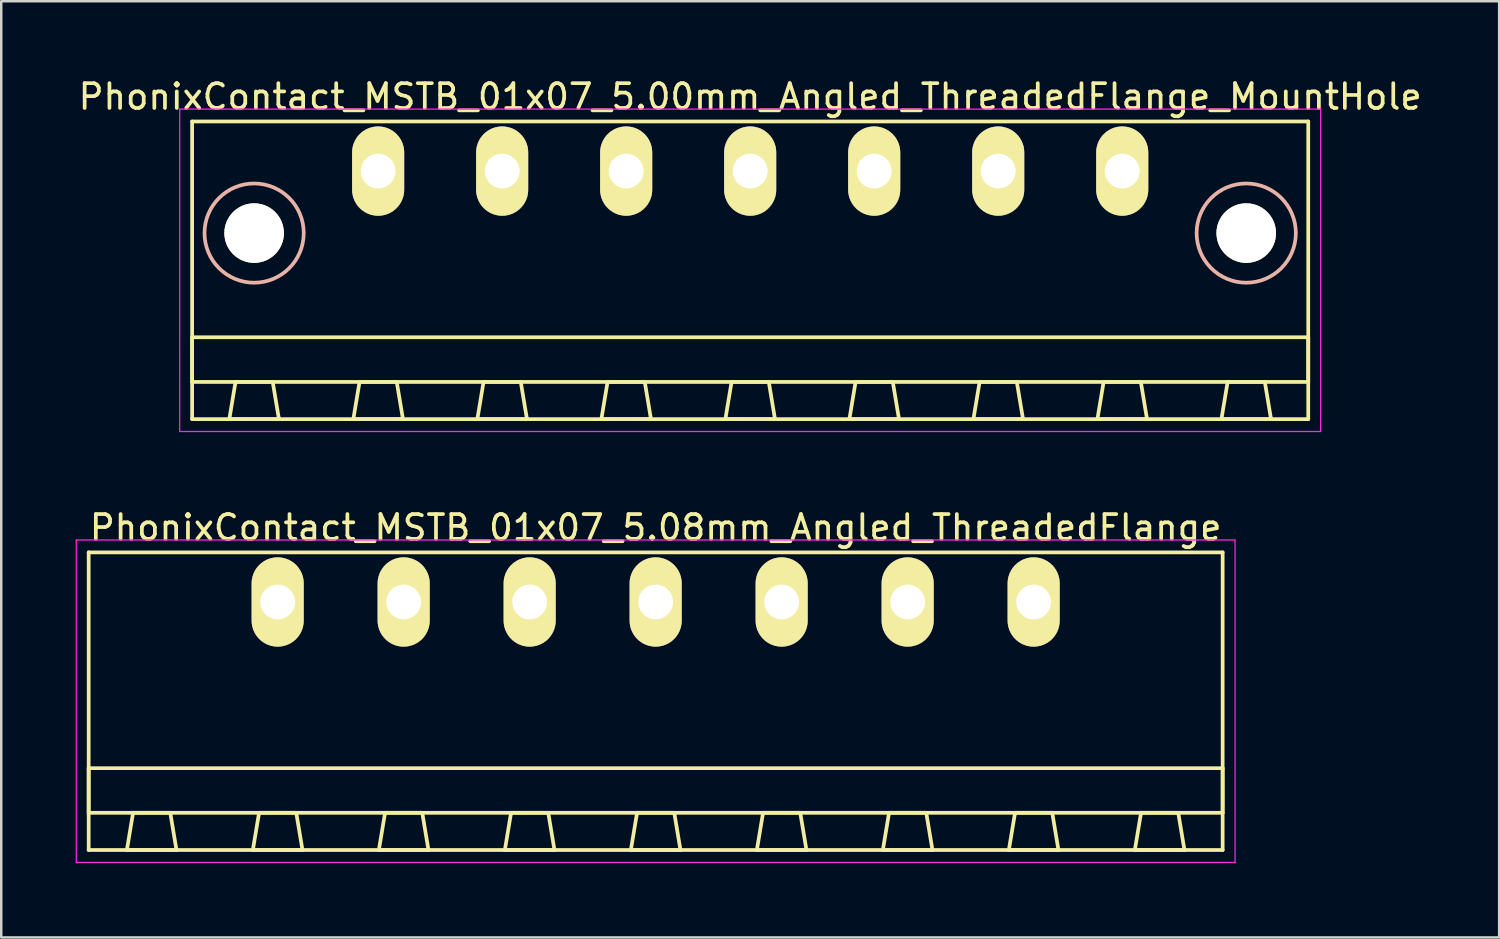
<source format=kicad_pcb>
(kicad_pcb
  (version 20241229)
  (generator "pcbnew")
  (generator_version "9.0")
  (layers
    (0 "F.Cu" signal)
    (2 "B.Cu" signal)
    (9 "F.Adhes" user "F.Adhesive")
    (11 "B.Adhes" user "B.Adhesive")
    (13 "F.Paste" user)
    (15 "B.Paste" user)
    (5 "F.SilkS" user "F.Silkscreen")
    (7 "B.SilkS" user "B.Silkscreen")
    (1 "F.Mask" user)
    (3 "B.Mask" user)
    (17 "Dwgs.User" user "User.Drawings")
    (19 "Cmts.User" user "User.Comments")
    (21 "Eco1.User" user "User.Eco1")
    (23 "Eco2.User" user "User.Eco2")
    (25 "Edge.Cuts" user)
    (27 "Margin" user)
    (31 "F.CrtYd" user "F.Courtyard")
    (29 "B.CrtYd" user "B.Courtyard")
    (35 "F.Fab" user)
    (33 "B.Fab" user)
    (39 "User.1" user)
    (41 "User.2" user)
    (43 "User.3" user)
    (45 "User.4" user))
  (footprint "PhonixContact_MSTB_01x07_5.00mm_Angled_ThreadedFlange_MountHole"
    (layer "F.Cu")
    (at 12.196 3.848)
    (property "Reference" "PhonixContact_MSTB_01x07_5.00mm_Angled_ThreadedFlange_MountHole" (at 15 -3 0) (layer "F.SilkS") (effects (font (size 1 1) (thickness 0.15))))
    (attr through_hole)
    (fp_line (start -7.5 -2) (end -7.5 10) (stroke (width 0.15) (type solid)) (layer "F.SilkS"))
    (fp_line (start -7.5 6.7) (end 37.5 6.7) (stroke (width 0.15) (type solid)) (layer "F.SilkS"))
    (fp_line (start -7.5 8.5) (end -7.5 6.7) (stroke (width 0.15) (type solid)) (layer "F.SilkS"))
    (fp_line (start -7.5 10) (end 37.5 10) (stroke (width 0.15) (type solid)) (layer "F.SilkS"))
    (fp_line (start -6 10) (end -4 10) (stroke (width 0.15) (type solid)) (layer "F.SilkS"))
    (fp_line (start -5.75 8.5) (end -6 10) (stroke (width 0.15) (type solid)) (layer "F.SilkS"))
    (fp_line (start -4.25 8.5) (end -5.75 8.5) (stroke (width 0.15) (type solid)) (layer "F.SilkS"))
    (fp_line (start -4 10) (end -4.25 8.5) (stroke (width 0.15) (type solid)) (layer "F.SilkS"))
    (fp_line (start -1 10) (end 1 10) (stroke (width 0.15) (type solid)) (layer "F.SilkS"))
    (fp_line (start -0.75 8.5) (end -1 10) (stroke (width 0.15) (type solid)) (layer "F.SilkS"))
    (fp_line (start 0.75 8.5) (end -0.75 8.5) (stroke (width 0.15) (type solid)) (layer "F.SilkS"))
    (fp_line (start 1 10) (end 0.75 8.5) (stroke (width 0.15) (type solid)) (layer "F.SilkS"))
    (fp_line (start 4 10) (end 6 10) (stroke (width 0.15) (type solid)) (layer "F.SilkS"))
    (fp_line (start 4.25 8.5) (end 4 10) (stroke (width 0.15) (type solid)) (layer "F.SilkS"))
    (fp_line (start 5.75 8.5) (end 4.25 8.5) (stroke (width 0.15) (type solid)) (layer "F.SilkS"))
    (fp_line (start 6 10) (end 5.75 8.5) (stroke (width 0.15) (type solid)) (layer "F.SilkS"))
    (fp_line (start 9 10) (end 11 10) (stroke (width 0.15) (type solid)) (layer "F.SilkS"))
    (fp_line (start 9.25 8.5) (end 9 10) (stroke (width 0.15) (type solid)) (layer "F.SilkS"))
    (fp_line (start 10.75 8.5) (end 9.25 8.5) (stroke (width 0.15) (type solid)) (layer "F.SilkS"))
    (fp_line (start 11 10) (end 10.75 8.5) (stroke (width 0.15) (type solid)) (layer "F.SilkS"))
    (fp_line (start 14 10) (end 16 10) (stroke (width 0.15) (type solid)) (layer "F.SilkS"))
    (fp_line (start 14.25 8.5) (end 14 10) (stroke (width 0.15) (type solid)) (layer "F.SilkS"))
    (fp_line (start 15.75 8.5) (end 14.25 8.5) (stroke (width 0.15) (type solid)) (layer "F.SilkS"))
    (fp_line (start 16 10) (end 15.75 8.5) (stroke (width 0.15) (type solid)) (layer "F.SilkS"))
    (fp_line (start 19 10) (end 21 10) (stroke (width 0.15) (type solid)) (layer "F.SilkS"))
    (fp_line (start 19.25 8.5) (end 19 10) (stroke (width 0.15) (type solid)) (layer "F.SilkS"))
    (fp_line (start 20.75 8.5) (end 19.25 8.5) (stroke (width 0.15) (type solid)) (layer "F.SilkS"))
    (fp_line (start 21 10) (end 20.75 8.5) (stroke (width 0.15) (type solid)) (layer "F.SilkS"))
    (fp_line (start 24 10) (end 26 10) (stroke (width 0.15) (type solid)) (layer "F.SilkS"))
    (fp_line (start 24.25 8.5) (end 24 10) (stroke (width 0.15) (type solid)) (layer "F.SilkS"))
    (fp_line (start 25.75 8.5) (end 24.25 8.5) (stroke (width 0.15) (type solid)) (layer "F.SilkS"))
    (fp_line (start 26 10) (end 25.75 8.5) (stroke (width 0.15) (type solid)) (layer "F.SilkS"))
    (fp_line (start 29 10) (end 31 10) (stroke (width 0.15) (type solid)) (layer "F.SilkS"))
    (fp_line (start 29.25 8.5) (end 29 10) (stroke (width 0.15) (type solid)) (layer "F.SilkS"))
    (fp_line (start 30.75 8.5) (end 29.25 8.5) (stroke (width 0.15) (type solid)) (layer "F.SilkS"))
    (fp_line (start 31 10) (end 30.75 8.5) (stroke (width 0.15) (type solid)) (layer "F.SilkS"))
    (fp_line (start 34 10) (end 36 10) (stroke (width 0.15) (type solid)) (layer "F.SilkS"))
    (fp_line (start 34.25 8.5) (end 34 10) (stroke (width 0.15) (type solid)) (layer "F.SilkS"))
    (fp_line (start 35.75 8.5) (end 34.25 8.5) (stroke (width 0.15) (type solid)) (layer "F.SilkS"))
    (fp_line (start 36 10) (end 35.75 8.5) (stroke (width 0.15) (type solid)) (layer "F.SilkS"))
    (fp_line (start 37.5 -2) (end -7.5 -2) (stroke (width 0.15) (type solid)) (layer "F.SilkS"))
    (fp_line (start 37.5 6.7) (end 37.5 8.5) (stroke (width 0.15) (type solid)) (layer "F.SilkS"))
    (fp_line (start 37.5 8.5) (end -7.5 8.5) (stroke (width 0.15) (type solid)) (layer "F.SilkS"))
    (fp_line (start 37.5 10) (end 37.5 -2) (stroke (width 0.15) (type solid)) (layer "F.SilkS"))
    (fp_circle (center -5 2.5) (end -3 2.5) (stroke (width 0.15) (type solid)) (fill no) (layer "B.SilkS"))
    (fp_circle (center 35 2.5) (end 37 2.5) (stroke (width 0.15) (type solid)) (fill no) (layer "B.SilkS"))
    (fp_line (start -8 -2.5) (end -8 10.5) (stroke (width 0.05) (type solid)) (layer "F.CrtYd"))
    (fp_line (start -8 10.5) (end 38 10.5) (stroke (width 0.05) (type solid)) (layer "F.CrtYd"))
    (fp_line (start 38 -2.5) (end -8 -2.5) (stroke (width 0.05) (type solid)) (layer "F.CrtYd"))
    (fp_line (start 38 10.5) (end 38 -2.5) (stroke (width 0.05) (type solid)) (layer "F.CrtYd"))
    (pad "" np_thru_hole circle (at -5 2.5) (size 2.4 2.4) (drill 2.4) (layers "*.Cu" "*.Mask" "F.SilkS"))
    (pad "" np_thru_hole circle (at 35 2.5) (size 2.4 2.4) (drill 2.4) (layers "*.Cu" "*.Mask" "F.SilkS"))
    (pad "1" thru_hole oval (at 0 0) (size 2.1 3.6) (drill 1.4) (layers "*.Cu" "*.Mask" "F.SilkS"))
    (pad "2" thru_hole oval (at 5 0) (size 2.1 3.6) (drill 1.4) (layers "*.Cu" "*.Mask" "F.SilkS"))
    (pad "3" thru_hole oval (at 10 0) (size 2.1 3.6) (drill 1.4) (layers "*.Cu" "*.Mask" "F.SilkS"))
    (pad "4" thru_hole oval (at 15 0) (size 2.1 3.6) (drill 1.4) (layers "*.Cu" "*.Mask" "F.SilkS"))
    (pad "5" thru_hole oval (at 20 0) (size 2.1 3.6) (drill 1.4) (layers "*.Cu" "*.Mask" "F.SilkS"))
    (pad "6" thru_hole oval (at 25 0) (size 2.1 3.6) (drill 1.4) (layers "*.Cu" "*.Mask" "F.SilkS"))
    (pad "7" thru_hole oval (at 30 0) (size 2.1 3.6) (drill 1.4) (layers "*.Cu" "*.Mask" "F.SilkS")))
  (footprint "PhonixContact_MSTB_01x07_5.08mm_Angled_ThreadedFlange"
    (layer "F.Cu")
    (at 8.145 21.221)
    (property "Reference" "PhonixContact_MSTB_01x07_5.08mm_Angled_ThreadedFlange" (at 15.24 -3 0) (layer "F.SilkS") (effects (font (size 1 1) (thickness 0.15))))
    (attr through_hole)
    (fp_line (start -7.62 -2) (end -7.62 10) (stroke (width 0.15) (type solid)) (layer "F.SilkS"))
    (fp_line (start -7.62 6.7) (end 38.1 6.7) (stroke (width 0.15) (type solid)) (layer "F.SilkS"))
    (fp_line (start -7.62 8.5) (end -7.62 6.7) (stroke (width 0.15) (type solid)) (layer "F.SilkS"))
    (fp_line (start -7.62 10) (end 38.1 10) (stroke (width 0.15) (type solid)) (layer "F.SilkS"))
    (fp_line (start -6.08 10) (end -4.08 10) (stroke (width 0.15) (type solid)) (layer "F.SilkS"))
    (fp_line (start -5.83 8.5) (end -6.08 10) (stroke (width 0.15) (type solid)) (layer "F.SilkS"))
    (fp_line (start -4.33 8.5) (end -5.83 8.5) (stroke (width 0.15) (type solid)) (layer "F.SilkS"))
    (fp_line (start -4.08 10) (end -4.33 8.5) (stroke (width 0.15) (type solid)) (layer "F.SilkS"))
    (fp_line (start -1 10) (end 1 10) (stroke (width 0.15) (type solid)) (layer "F.SilkS"))
    (fp_line (start -0.75 8.5) (end -1 10) (stroke (width 0.15) (type solid)) (layer "F.SilkS"))
    (fp_line (start 0.75 8.5) (end -0.75 8.5) (stroke (width 0.15) (type solid)) (layer "F.SilkS"))
    (fp_line (start 1 10) (end 0.75 8.5) (stroke (width 0.15) (type solid)) (layer "F.SilkS"))
    (fp_line (start 4.08 10) (end 6.08 10) (stroke (width 0.15) (type solid)) (layer "F.SilkS"))
    (fp_line (start 4.33 8.5) (end 4.08 10) (stroke (width 0.15) (type solid)) (layer "F.SilkS"))
    (fp_line (start 5.83 8.5) (end 4.33 8.5) (stroke (width 0.15) (type solid)) (layer "F.SilkS"))
    (fp_line (start 6.08 10) (end 5.83 8.5) (stroke (width 0.15) (type solid)) (layer "F.SilkS"))
    (fp_line (start 9.16 10) (end 11.16 10) (stroke (width 0.15) (type solid)) (layer "F.SilkS"))
    (fp_line (start 9.41 8.5) (end 9.16 10) (stroke (width 0.15) (type solid)) (layer "F.SilkS"))
    (fp_line (start 10.91 8.5) (end 9.41 8.5) (stroke (width 0.15) (type solid)) (layer "F.SilkS"))
    (fp_line (start 11.16 10) (end 10.91 8.5) (stroke (width 0.15) (type solid)) (layer "F.SilkS"))
    (fp_line (start 14.24 10) (end 16.24 10) (stroke (width 0.15) (type solid)) (layer "F.SilkS"))
    (fp_line (start 14.49 8.5) (end 14.24 10) (stroke (width 0.15) (type solid)) (layer "F.SilkS"))
    (fp_line (start 15.99 8.5) (end 14.49 8.5) (stroke (width 0.15) (type solid)) (layer "F.SilkS"))
    (fp_line (start 16.24 10) (end 15.99 8.5) (stroke (width 0.15) (type solid)) (layer "F.SilkS"))
    (fp_line (start 19.32 10) (end 21.32 10) (stroke (width 0.15) (type solid)) (layer "F.SilkS"))
    (fp_line (start 19.57 8.5) (end 19.32 10) (stroke (width 0.15) (type solid)) (layer "F.SilkS"))
    (fp_line (start 21.07 8.5) (end 19.57 8.5) (stroke (width 0.15) (type solid)) (layer "F.SilkS"))
    (fp_line (start 21.32 10) (end 21.07 8.5) (stroke (width 0.15) (type solid)) (layer "F.SilkS"))
    (fp_line (start 24.4 10) (end 26.4 10) (stroke (width 0.15) (type solid)) (layer "F.SilkS"))
    (fp_line (start 24.65 8.5) (end 24.4 10) (stroke (width 0.15) (type solid)) (layer "F.SilkS"))
    (fp_line (start 26.15 8.5) (end 24.65 8.5) (stroke (width 0.15) (type solid)) (layer "F.SilkS"))
    (fp_line (start 26.4 10) (end 26.15 8.5) (stroke (width 0.15) (type solid)) (layer "F.SilkS"))
    (fp_line (start 29.48 10) (end 31.48 10) (stroke (width 0.15) (type solid)) (layer "F.SilkS"))
    (fp_line (start 29.73 8.5) (end 29.48 10) (stroke (width 0.15) (type solid)) (layer "F.SilkS"))
    (fp_line (start 31.23 8.5) (end 29.73 8.5) (stroke (width 0.15) (type solid)) (layer "F.SilkS"))
    (fp_line (start 31.48 10) (end 31.23 8.5) (stroke (width 0.15) (type solid)) (layer "F.SilkS"))
    (fp_line (start 34.56 10) (end 36.56 10) (stroke (width 0.15) (type solid)) (layer "F.SilkS"))
    (fp_line (start 34.81 8.5) (end 34.56 10) (stroke (width 0.15) (type solid)) (layer "F.SilkS"))
    (fp_line (start 36.31 8.5) (end 34.81 8.5) (stroke (width 0.15) (type solid)) (layer "F.SilkS"))
    (fp_line (start 36.56 10) (end 36.31 8.5) (stroke (width 0.15) (type solid)) (layer "F.SilkS"))
    (fp_line (start 38.1 -2) (end -7.62 -2) (stroke (width 0.15) (type solid)) (layer "F.SilkS"))
    (fp_line (start 38.1 6.7) (end 38.1 8.5) (stroke (width 0.15) (type solid)) (layer "F.SilkS"))
    (fp_line (start 38.1 8.5) (end -7.62 8.5) (stroke (width 0.15) (type solid)) (layer "F.SilkS"))
    (fp_line (start 38.1 10) (end 38.1 -2) (stroke (width 0.15) (type solid)) (layer "F.SilkS"))
    (fp_line (start -8.12 -2.5) (end -8.12 10.5) (stroke (width 0.05) (type solid)) (layer "F.CrtYd"))
    (fp_line (start -8.12 10.5) (end 38.6 10.5) (stroke (width 0.05) (type solid)) (layer "F.CrtYd"))
    (fp_line (start 38.6 -2.5) (end -8.12 -2.5) (stroke (width 0.05) (type solid)) (layer "F.CrtYd"))
    (fp_line (start 38.6 10.5) (end 38.6 -2.5) (stroke (width 0.05) (type solid)) (layer "F.CrtYd"))
    (pad "1" thru_hole oval (at 0 0) (size 2.1 3.6) (drill 1.4) (layers "*.Cu" "*.Mask" "F.SilkS"))
    (pad "2" thru_hole oval (at 5.08 0) (size 2.1 3.6) (drill 1.4) (layers "*.Cu" "*.Mask" "F.SilkS"))
    (pad "3" thru_hole oval (at 10.16 0) (size 2.1 3.6) (drill 1.4) (layers "*.Cu" "*.Mask" "F.SilkS"))
    (pad "4" thru_hole oval (at 15.24 0) (size 2.1 3.6) (drill 1.4) (layers "*.Cu" "*.Mask" "F.SilkS"))
    (pad "5" thru_hole oval (at 20.32 0) (size 2.1 3.6) (drill 1.4) (layers "*.Cu" "*.Mask" "F.SilkS"))
    (pad "6" thru_hole oval (at 25.4 0) (size 2.1 3.6) (drill 1.4) (layers "*.Cu" "*.Mask" "F.SilkS"))
    (pad "7" thru_hole oval (at 30.48 0) (size 2.1 3.6) (drill 1.4) (layers "*.Cu" "*.Mask" "F.SilkS")))
  (gr_rect
    (start -3 -3)
    (end 57.393 34.746)
    (stroke (width 0.1) (type default))
    (fill no)
    (layer "Edge.Cuts")))
</source>
